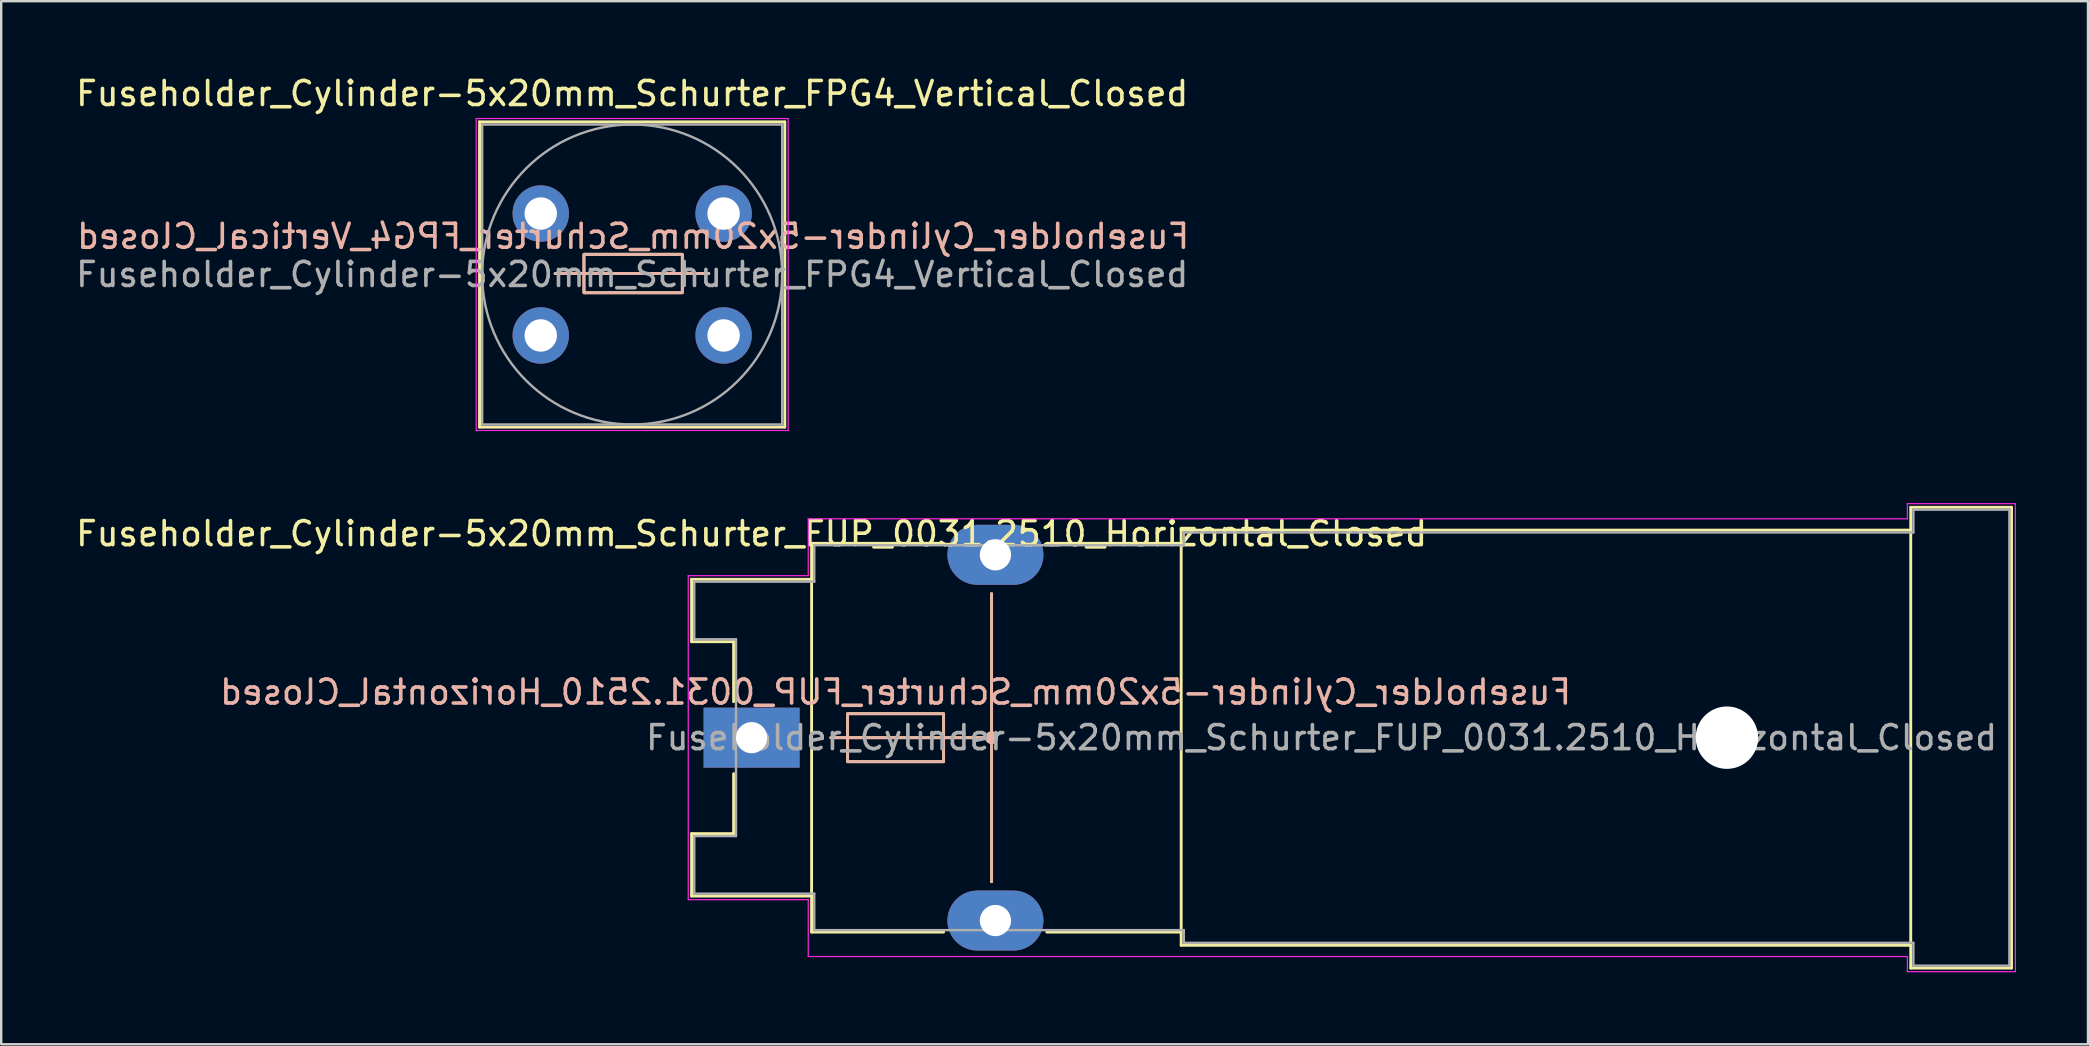
<source format=kicad_pcb>
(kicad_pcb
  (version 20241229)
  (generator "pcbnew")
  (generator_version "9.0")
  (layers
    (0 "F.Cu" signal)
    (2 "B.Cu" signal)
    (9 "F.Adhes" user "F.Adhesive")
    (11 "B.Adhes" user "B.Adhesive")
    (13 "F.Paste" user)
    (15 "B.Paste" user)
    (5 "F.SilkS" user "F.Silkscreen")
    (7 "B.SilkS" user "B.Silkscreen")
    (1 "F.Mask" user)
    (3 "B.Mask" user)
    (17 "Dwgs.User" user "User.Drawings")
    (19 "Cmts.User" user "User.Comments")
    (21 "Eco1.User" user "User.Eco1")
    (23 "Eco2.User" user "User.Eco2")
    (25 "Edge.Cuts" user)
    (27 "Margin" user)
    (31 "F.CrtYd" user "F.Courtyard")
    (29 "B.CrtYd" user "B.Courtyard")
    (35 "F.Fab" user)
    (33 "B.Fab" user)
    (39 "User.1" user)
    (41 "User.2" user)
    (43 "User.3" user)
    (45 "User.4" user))
  (footprint "Fuseholder_Cylinder-5x20mm_Schurter_FUP_0031.2510_Horizontal_Closed"
    (layer "F.Cu")
    (at 28.268 27.688)
    (property "Reference" "Fuseholder_Cylinder-5x20mm_Schurter_FUP_0031.2510_Horizontal_Closed" (at 0 -8.5 0) (layer "F.SilkS") (effects (font (size 1 1) (thickness 0.15))))
    (fp_line (start -2.5 -6.6) (end 2.5 -6.6) (stroke (width 0.12) (type solid)) (layer "F.SilkS"))
    (fp_line (start -2.5 -4) (end -2.5 -6.6) (stroke (width 0.12) (type solid)) (layer "F.SilkS"))
    (fp_line (start -2.5 4) (end -0.75 4) (stroke (width 0.12) (type solid)) (layer "F.SilkS"))
    (fp_line (start -2.5 6.6) (end -2.5 4) (stroke (width 0.12) (type solid)) (layer "F.SilkS"))
    (fp_line (start -2.5 6.6) (end 2.5 6.6) (stroke (width 0.12) (type solid)) (layer "F.SilkS"))
    (fp_line (start -0.75 -4) (end -2.5 -4) (stroke (width 0.12) (type solid)) (layer "F.SilkS"))
    (fp_line (start -0.75 -1.5) (end -0.75 -4) (stroke (width 0.12) (type solid)) (layer "F.SilkS"))
    (fp_line (start -0.75 4) (end -0.75 1.5) (stroke (width 0.12) (type solid)) (layer "F.SilkS"))
    (fp_line (start 2.5 -8.1) (end 8 -8.1) (stroke (width 0.12) (type solid)) (layer "F.SilkS"))
    (fp_line (start 2.5 8.1) (end 2.5 -8.1) (stroke (width 0.12) (type solid)) (layer "F.SilkS"))
    (fp_line (start 2.5 8.1) (end 8 8.1) (stroke (width 0.12) (type solid)) (layer "F.SilkS"))
    (fp_line (start 4.5 0) (end 3.3 0) (stroke (width 0.12) (type solid)) (layer "F.SilkS"))
    (fp_line (start 9.7 0) (end 4.5 0) (stroke (width 0.12) (type solid)) (layer "F.SilkS"))
    (fp_line (start 9.7 0) (end 10 0) (stroke (width 0.12) (type solid)) (layer "F.SilkS"))
    (fp_line (start 10 0) (end 10 -6) (stroke (width 0.12) (type solid)) (layer "F.SilkS"))
    (fp_line (start 10 0) (end 10 6) (stroke (width 0.12) (type solid)) (layer "F.SilkS"))
    (fp_line (start 12.3 -8.1) (end 17.9 -8.1) (stroke (width 0.12) (type solid)) (layer "F.SilkS"))
    (fp_line (start 12.3 8.1) (end 17.9 8.1) (stroke (width 0.12) (type solid)) (layer "F.SilkS"))
    (fp_line (start 17.9 -8.65) (end 48.3 -8.65) (stroke (width 0.12) (type solid)) (layer "F.SilkS"))
    (fp_line (start 17.9 8.65) (end 17.9 -8.65) (stroke (width 0.12) (type solid)) (layer "F.SilkS"))
    (fp_line (start 17.9 8.65) (end 48.3 8.65) (stroke (width 0.12) (type solid)) (layer "F.SilkS"))
    (fp_line (start 48.3 -9.6) (end 52.5 -9.6) (stroke (width 0.12) (type solid)) (layer "F.SilkS"))
    (fp_line (start 48.3 9.6) (end 48.3 -9.6) (stroke (width 0.12) (type solid)) (layer "F.SilkS"))
    (fp_line (start 48.3 9.6) (end 52.5 9.6) (stroke (width 0.12) (type solid)) (layer "F.SilkS"))
    (fp_line (start 52.5 -9.6) (end 52.5 9.6) (stroke (width 0.12) (type solid)) (layer "F.SilkS"))
    (fp_rect (start 4 -1) (end 8 1) (stroke (width 0.12) (type solid)) (fill no) (layer "F.SilkS"))
    (fp_circle (center 10 0) (end 10.1 -0.025) (stroke (width 0.12) (type solid)) (fill no) (layer "F.SilkS"))
    (fp_circle (center 10 0) (end 10.175 -0.1) (stroke (width 0.12) (type solid)) (fill no) (layer "F.SilkS"))
    (fp_line (start 3.3 0) (end 10 0) (stroke (width 0.12) (type solid)) (layer "B.SilkS"))
    (fp_line (start 10 -6) (end 10 6) (stroke (width 0.12) (type solid)) (layer "B.SilkS"))
    (fp_rect (start 4 -1) (end 8 1) (stroke (width 0.12) (type solid)) (fill no) (layer "B.SilkS"))
    (fp_circle (center 10 0) (end 10.2 0) (stroke (width 0.12) (type solid)) (fill yes) (layer "B.SilkS"))
    (fp_line (start -2.64 -6.75) (end 2.36 -6.75) (stroke (width 0.05) (type solid)) (layer "F.CrtYd"))
    (fp_line (start -2.64 6.75) (end -2.64 -6.75) (stroke (width 0.05) (type solid)) (layer "F.CrtYd"))
    (fp_line (start -2.64 6.75) (end 2.36 6.75) (stroke (width 0.05) (type solid)) (layer "F.CrtYd"))
    (fp_line (start 2.36 -9.12) (end 2.36 -6.75) (stroke (width 0.05) (type solid)) (layer "F.CrtYd"))
    (fp_line (start 2.36 -9.12) (end 48.16 -9.12) (stroke (width 0.05) (type solid)) (layer "F.CrtYd"))
    (fp_line (start 2.36 6.75) (end 2.36 9.12) (stroke (width 0.05) (type solid)) (layer "F.CrtYd"))
    (fp_line (start 48.16 -9.75) (end 48.16 -9.12) (stroke (width 0.05) (type solid)) (layer "F.CrtYd"))
    (fp_line (start 48.16 -9.75) (end 52.66 -9.75) (stroke (width 0.05) (type solid)) (layer "F.CrtYd"))
    (fp_line (start 48.16 9.12) (end 2.36 9.12) (stroke (width 0.05) (type solid)) (layer "F.CrtYd"))
    (fp_line (start 48.16 9.12) (end 48.16 9.75) (stroke (width 0.05) (type solid)) (layer "F.CrtYd"))
    (fp_line (start 48.16 9.75) (end 52.66 9.75) (stroke (width 0.05) (type solid)) (layer "F.CrtYd"))
    (fp_line (start 52.66 -9.75) (end 52.66 9.75) (stroke (width 0.05) (type solid)) (layer "F.CrtYd"))
    (fp_line (start -2.39 -4.1) (end -2.39 -6.5) (stroke (width 0.1) (type solid)) (layer "F.Fab"))
    (fp_line (start -2.39 -4.1) (end -0.65 -4.1) (stroke (width 0.1) (type solid)) (layer "F.Fab"))
    (fp_line (start -2.39 4.1) (end -2.39 6.5) (stroke (width 0.1) (type solid)) (layer "F.Fab"))
    (fp_line (start -2.39 6.5) (end 2.61 6.5) (stroke (width 0.1) (type solid)) (layer "F.Fab"))
    (fp_line (start -0.65 -4.1) (end -0.65 4.1) (stroke (width 0.1) (type solid)) (layer "F.Fab"))
    (fp_line (start -0.65 4.1) (end -2.39 4.1) (stroke (width 0.1) (type solid)) (layer "F.Fab"))
    (fp_line (start 2.61 -8.02) (end 2.61 -6.5) (stroke (width 0.1) (type solid)) (layer "F.Fab"))
    (fp_line (start 2.61 -6.5) (end -2.39 -6.5) (stroke (width 0.1) (type solid)) (layer "F.Fab"))
    (fp_line (start 2.61 6.5) (end 2.61 8.02) (stroke (width 0.1) (type solid)) (layer "F.Fab"))
    (fp_line (start 2.61 8.02) (end 18.01 8.02) (stroke (width 0.1) (type solid)) (layer "F.Fab"))
    (fp_line (start 18.01 -8.55) (end 18.01 -8.02) (stroke (width 0.1) (type solid)) (layer "F.Fab"))
    (fp_line (start 18.01 -8.02) (end 2.61 -8.02) (stroke (width 0.1) (type solid)) (layer "F.Fab"))
    (fp_line (start 18.01 8.02) (end 18.01 8.55) (stroke (width 0.1) (type solid)) (layer "F.Fab"))
    (fp_line (start 18.01 8.55) (end 48.41 8.55) (stroke (width 0.1) (type solid)) (layer "F.Fab"))
    (fp_line (start 48.41 -9.5) (end 48.41 -8.55) (stroke (width 0.1) (type solid)) (layer "F.Fab"))
    (fp_line (start 48.41 -8.55) (end 18.01 -8.55) (stroke (width 0.1) (type solid)) (layer "F.Fab"))
    (fp_line (start 48.41 8.55) (end 48.41 9.5) (stroke (width 0.1) (type solid)) (layer "F.Fab"))
    (fp_line (start 48.41 9.5) (end 52.41 9.5) (stroke (width 0.1) (type solid)) (layer "F.Fab"))
    (fp_line (start 52.41 -9.5) (end 48.41 -9.5) (stroke (width 0.1) (type solid)) (layer "F.Fab"))
    (fp_line (start 52.41 -9.5) (end 52.41 9.5) (stroke (width 0.1) (type solid)) (layer "F.Fab"))
    (fp_text user "${REFERENCE}" (at 6 -1.9 0) (layer "B.SilkS") (effects (font (size 1 1) (thickness 0.15)) (justify mirror)))
    (fp_text user "${REFERENCE}" (at 23.75 0 0) (layer "F.Fab") (effects (font (size 1 1) (thickness 0.15))))
    (pad "" np_thru_hole circle (at 40.64 0) (size 2.6 2.6) (drill 2.6) (layers "*.Cu" "*.Mask"))
    (pad "1" thru_hole rect (at 0 0) (size 4 2.5) (drill 1.3) (layers "*.Cu" "*.Mask"))
    (pad "2" thru_hole oval (at 10.16 -7.62) (size 4 2.5) (drill 1.3) (layers "*.Cu" "*.Mask"))
    (pad "2" thru_hole oval (at 10.16 7.62) (size 4 2.5) (drill 1.3) (layers "*.Cu" "*.Mask")))
  (footprint "Fuseholder_Cylinder-5x20mm_Schurter_FPG4_Vertical_Closed"
    (layer "F.Cu")
    (at 19.482 5.848)
    (property "Reference" "Fuseholder_Cylinder-5x20mm_Schurter_FPG4_Vertical_Closed" (at 3.81 -5 0) (layer "F.SilkS") (effects (font (size 1 1) (thickness 0.15))))
    (fp_line (start -2.55 -3.82) (end 10.17 -3.82) (stroke (width 0.12) (type solid)) (layer "F.SilkS"))
    (fp_line (start -2.55 8.9) (end -2.55 -3.82) (stroke (width 0.12) (type solid)) (layer "F.SilkS"))
    (fp_line (start 1.8 2.5) (end 0.6 2.5) (stroke (width 0.12) (type solid)) (layer "F.SilkS"))
    (fp_line (start 7 2.5) (end 1.8 2.5) (stroke (width 0.12) (type solid)) (layer "F.SilkS"))
    (fp_line (start 10.17 -3.82) (end 10.17 8.9) (stroke (width 0.12) (type solid)) (layer "F.SilkS"))
    (fp_line (start 10.17 8.9) (end -2.55 8.9) (stroke (width 0.12) (type solid)) (layer "F.SilkS"))
    (fp_rect (start 1.8 1.7) (end 5.9 3.3) (stroke (width 0.12) (type solid)) (fill no) (layer "F.SilkS"))
    (fp_line (start 7 2.5) (end 0.6 2.5) (stroke (width 0.12) (type solid)) (layer "B.SilkS"))
    (fp_rect (start 1.8 1.7) (end 5.9 3.3) (stroke (width 0.12) (type solid)) (fill no) (layer "B.SilkS"))
    (fp_line (start -2.69 -3.96) (end 10.31 -3.96) (stroke (width 0.05) (type solid)) (layer "F.CrtYd"))
    (fp_line (start -2.69 9.04) (end -2.69 -3.96) (stroke (width 0.05) (type solid)) (layer "F.CrtYd"))
    (fp_line (start 10.31 -3.96) (end 10.31 9.04) (stroke (width 0.05) (type solid)) (layer "F.CrtYd"))
    (fp_line (start 10.31 9.04) (end -2.69 9.04) (stroke (width 0.05) (type solid)) (layer "F.CrtYd"))
    (fp_line (start -2.44 -3.71) (end 10.06 -3.71) (stroke (width 0.1) (type solid)) (layer "F.Fab"))
    (fp_line (start -2.44 8.79) (end -2.44 -3.71) (stroke (width 0.1) (type solid)) (layer "F.Fab"))
    (fp_line (start 10.06 -3.71) (end 10.06 8.79) (stroke (width 0.1) (type solid)) (layer "F.Fab"))
    (fp_line (start 10.06 8.79) (end -2.44 8.79) (stroke (width 0.1) (type solid)) (layer "F.Fab"))
    (fp_circle (center 3.81 2.54) (end 10.06 2.54) (stroke (width 0.1) (type solid)) (fill no) (layer "F.Fab"))
    (fp_text user "${REFERENCE}" (at 3.85 0.95 0) (layer "B.SilkS") (effects (font (size 1 1) (thickness 0.15)) (justify mirror)))
    (fp_text user "${REFERENCE}" (at 3.81 2.54 0) (layer "F.Fab") (effects (font (size 1 1) (thickness 0.15))))
    (pad "1" thru_hole circle (at 0 0) (size 2.35 2.35) (drill 1.35) (layers "*.Cu" "*.Mask"))
    (pad "1" thru_hole circle (at 0 5.08) (size 2.35 2.35) (drill 1.35) (layers "*.Cu" "*.Mask"))
    (pad "2" thru_hole circle (at 7.62 0) (size 2.35 2.35) (drill 1.35) (layers "*.Cu" "*.Mask"))
    (pad "2" thru_hole circle (at 7.62 5.08) (size 2.35 2.35) (drill 1.35) (layers "*.Cu" "*.Mask")))
  (gr_rect
    (start -3 -3)
    (end 83.953 40.463)
    (stroke (width 0.1) (type default))
    (fill no)
    (layer "Edge.Cuts")))
</source>
